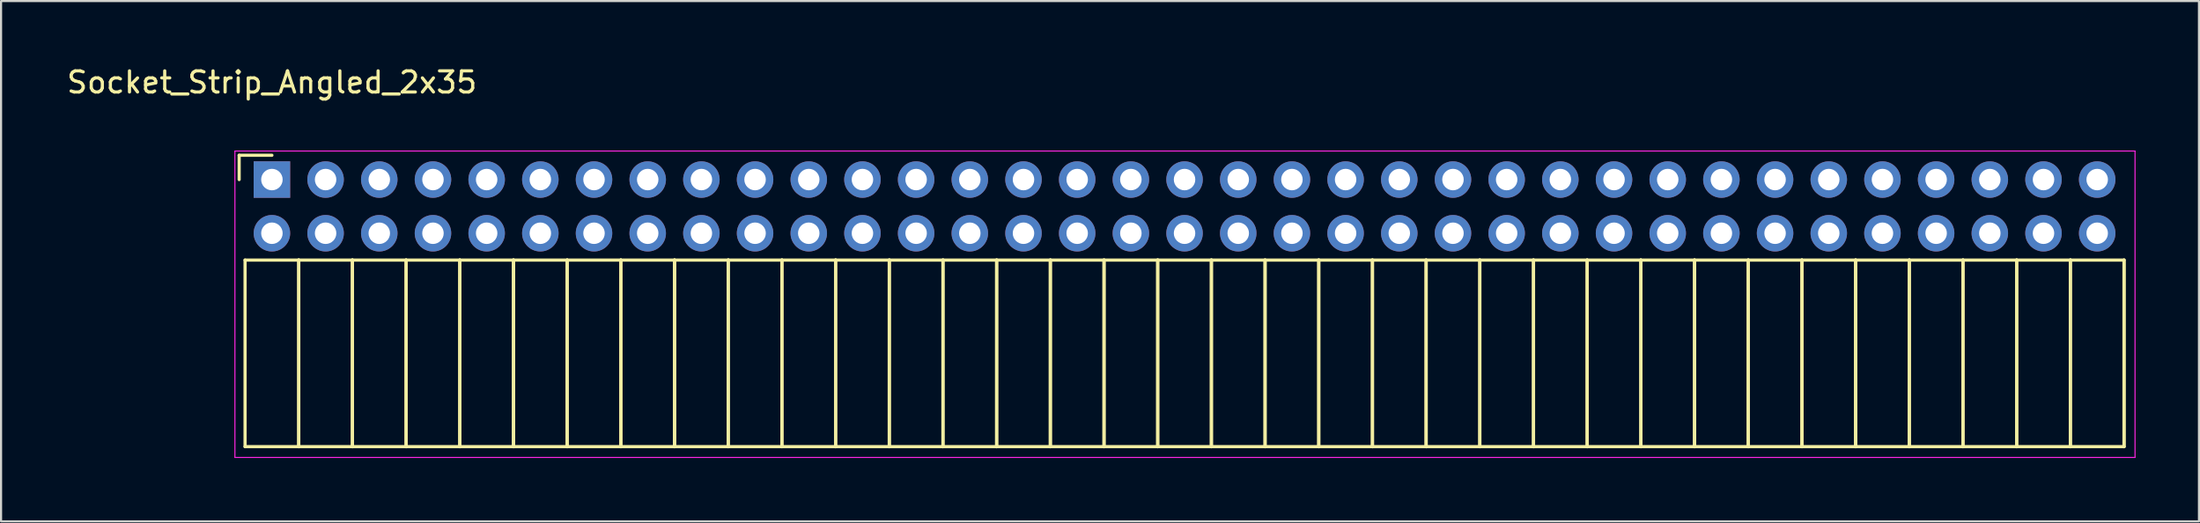
<source format=kicad_pcb>
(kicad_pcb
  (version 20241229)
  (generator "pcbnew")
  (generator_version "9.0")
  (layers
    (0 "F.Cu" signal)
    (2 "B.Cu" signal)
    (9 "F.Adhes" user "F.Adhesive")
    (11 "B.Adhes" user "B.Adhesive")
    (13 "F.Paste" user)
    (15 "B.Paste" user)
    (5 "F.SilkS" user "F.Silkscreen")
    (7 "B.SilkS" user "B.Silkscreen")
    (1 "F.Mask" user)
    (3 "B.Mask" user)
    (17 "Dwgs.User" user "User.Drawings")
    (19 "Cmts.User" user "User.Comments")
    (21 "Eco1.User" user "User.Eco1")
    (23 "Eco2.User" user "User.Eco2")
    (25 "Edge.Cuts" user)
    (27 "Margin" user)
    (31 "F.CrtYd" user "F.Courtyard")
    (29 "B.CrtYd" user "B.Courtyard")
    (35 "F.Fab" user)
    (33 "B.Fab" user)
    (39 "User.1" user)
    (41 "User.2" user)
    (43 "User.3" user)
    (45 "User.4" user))
  (footprint "Socket_Strip_Angled_2x35"
    (layer "F.Cu")
    (at 9.815 5.448)
    (property "Reference" "Socket_Strip_Angled_2x35" (at 0 -4.6 0) (layer "F.SilkS") (effects (font (size 1 1) (thickness 0.15))))
    (attr through_hole)
    (fp_line (start -1.55 -1.15) (end -1.55 0) (stroke (width 0.15) (type solid)) (layer "F.SilkS"))
    (fp_line (start -1.27 3.81) (end -1.27 12.64) (stroke (width 0.15) (type solid)) (layer "F.SilkS"))
    (fp_line (start -1.27 3.81) (end 1.27 3.81) (stroke (width 0.15) (type solid)) (layer "F.SilkS"))
    (fp_line (start -1.27 12.64) (end 1.27 12.64) (stroke (width 0.15) (type solid)) (layer "F.SilkS"))
    (fp_line (start 0 -1.15) (end -1.55 -1.15) (stroke (width 0.15) (type solid)) (layer "F.SilkS"))
    (fp_line (start 1.27 3.81) (end 1.27 12.64) (stroke (width 0.15) (type solid)) (layer "F.SilkS"))
    (fp_line (start 1.27 3.81) (end 3.81 3.81) (stroke (width 0.15) (type solid)) (layer "F.SilkS"))
    (fp_line (start 1.27 12.64) (end 1.27 3.81) (stroke (width 0.15) (type solid)) (layer "F.SilkS"))
    (fp_line (start 1.27 12.64) (end 3.81 12.64) (stroke (width 0.15) (type solid)) (layer "F.SilkS"))
    (fp_line (start 3.81 3.81) (end 3.81 12.64) (stroke (width 0.15) (type solid)) (layer "F.SilkS"))
    (fp_line (start 3.81 3.81) (end 6.35 3.81) (stroke (width 0.15) (type solid)) (layer "F.SilkS"))
    (fp_line (start 3.81 12.64) (end 3.81 3.81) (stroke (width 0.15) (type solid)) (layer "F.SilkS"))
    (fp_line (start 3.81 12.64) (end 6.35 12.64) (stroke (width 0.15) (type solid)) (layer "F.SilkS"))
    (fp_line (start 6.35 3.81) (end 6.35 12.64) (stroke (width 0.15) (type solid)) (layer "F.SilkS"))
    (fp_line (start 6.35 3.81) (end 8.89 3.81) (stroke (width 0.15) (type solid)) (layer "F.SilkS"))
    (fp_line (start 6.35 12.64) (end 6.35 3.81) (stroke (width 0.15) (type solid)) (layer "F.SilkS"))
    (fp_line (start 6.35 12.64) (end 8.89 12.64) (stroke (width 0.15) (type solid)) (layer "F.SilkS"))
    (fp_line (start 8.89 3.81) (end 8.89 12.64) (stroke (width 0.15) (type solid)) (layer "F.SilkS"))
    (fp_line (start 8.89 3.81) (end 11.43 3.81) (stroke (width 0.15) (type solid)) (layer "F.SilkS"))
    (fp_line (start 8.89 12.64) (end 8.89 3.81) (stroke (width 0.15) (type solid)) (layer "F.SilkS"))
    (fp_line (start 8.89 12.64) (end 11.43 12.64) (stroke (width 0.15) (type solid)) (layer "F.SilkS"))
    (fp_line (start 11.43 3.81) (end 11.43 12.64) (stroke (width 0.15) (type solid)) (layer "F.SilkS"))
    (fp_line (start 11.43 3.81) (end 13.97 3.81) (stroke (width 0.15) (type solid)) (layer "F.SilkS"))
    (fp_line (start 11.43 12.64) (end 11.43 3.81) (stroke (width 0.15) (type solid)) (layer "F.SilkS"))
    (fp_line (start 11.43 12.64) (end 13.97 12.64) (stroke (width 0.15) (type solid)) (layer "F.SilkS"))
    (fp_line (start 13.97 3.81) (end 13.97 12.64) (stroke (width 0.15) (type solid)) (layer "F.SilkS"))
    (fp_line (start 13.97 3.81) (end 16.51 3.81) (stroke (width 0.15) (type solid)) (layer "F.SilkS"))
    (fp_line (start 13.97 12.64) (end 13.97 3.81) (stroke (width 0.15) (type solid)) (layer "F.SilkS"))
    (fp_line (start 13.97 12.64) (end 16.51 12.64) (stroke (width 0.15) (type solid)) (layer "F.SilkS"))
    (fp_line (start 16.51 3.81) (end 16.51 12.64) (stroke (width 0.15) (type solid)) (layer "F.SilkS"))
    (fp_line (start 16.51 3.81) (end 19.05 3.81) (stroke (width 0.15) (type solid)) (layer "F.SilkS"))
    (fp_line (start 16.51 12.64) (end 16.51 3.81) (stroke (width 0.15) (type solid)) (layer "F.SilkS"))
    (fp_line (start 16.51 12.64) (end 19.05 12.64) (stroke (width 0.15) (type solid)) (layer "F.SilkS"))
    (fp_line (start 19.05 3.81) (end 19.05 12.64) (stroke (width 0.15) (type solid)) (layer "F.SilkS"))
    (fp_line (start 19.05 3.81) (end 21.59 3.81) (stroke (width 0.15) (type solid)) (layer "F.SilkS"))
    (fp_line (start 19.05 12.64) (end 19.05 3.81) (stroke (width 0.15) (type solid)) (layer "F.SilkS"))
    (fp_line (start 19.05 12.64) (end 21.59 12.64) (stroke (width 0.15) (type solid)) (layer "F.SilkS"))
    (fp_line (start 21.59 3.81) (end 21.59 12.64) (stroke (width 0.15) (type solid)) (layer "F.SilkS"))
    (fp_line (start 21.59 3.81) (end 24.13 3.81) (stroke (width 0.15) (type solid)) (layer "F.SilkS"))
    (fp_line (start 21.59 12.64) (end 21.59 3.81) (stroke (width 0.15) (type solid)) (layer "F.SilkS"))
    (fp_line (start 21.59 12.64) (end 24.13 12.64) (stroke (width 0.15) (type solid)) (layer "F.SilkS"))
    (fp_line (start 24.13 3.81) (end 24.13 12.64) (stroke (width 0.15) (type solid)) (layer "F.SilkS"))
    (fp_line (start 24.13 3.81) (end 26.67 3.81) (stroke (width 0.15) (type solid)) (layer "F.SilkS"))
    (fp_line (start 24.13 12.64) (end 24.13 3.81) (stroke (width 0.15) (type solid)) (layer "F.SilkS"))
    (fp_line (start 24.13 12.64) (end 26.67 12.64) (stroke (width 0.15) (type solid)) (layer "F.SilkS"))
    (fp_line (start 26.67 3.81) (end 26.67 12.64) (stroke (width 0.15) (type solid)) (layer "F.SilkS"))
    (fp_line (start 26.67 3.81) (end 29.21 3.81) (stroke (width 0.15) (type solid)) (layer "F.SilkS"))
    (fp_line (start 26.67 12.64) (end 26.67 3.81) (stroke (width 0.15) (type solid)) (layer "F.SilkS"))
    (fp_line (start 26.67 12.64) (end 29.21 12.64) (stroke (width 0.15) (type solid)) (layer "F.SilkS"))
    (fp_line (start 29.21 3.81) (end 29.21 12.64) (stroke (width 0.15) (type solid)) (layer "F.SilkS"))
    (fp_line (start 29.21 3.81) (end 31.75 3.81) (stroke (width 0.15) (type solid)) (layer "F.SilkS"))
    (fp_line (start 29.21 12.64) (end 29.21 3.81) (stroke (width 0.15) (type solid)) (layer "F.SilkS"))
    (fp_line (start 29.21 12.64) (end 31.75 12.64) (stroke (width 0.15) (type solid)) (layer "F.SilkS"))
    (fp_line (start 31.75 3.81) (end 31.75 12.64) (stroke (width 0.15) (type solid)) (layer "F.SilkS"))
    (fp_line (start 31.75 3.81) (end 34.29 3.81) (stroke (width 0.15) (type solid)) (layer "F.SilkS"))
    (fp_line (start 31.75 12.64) (end 31.75 3.81) (stroke (width 0.15) (type solid)) (layer "F.SilkS"))
    (fp_line (start 31.75 12.64) (end 34.29 12.64) (stroke (width 0.15) (type solid)) (layer "F.SilkS"))
    (fp_line (start 34.29 3.81) (end 34.29 12.64) (stroke (width 0.15) (type solid)) (layer "F.SilkS"))
    (fp_line (start 34.29 3.81) (end 36.83 3.81) (stroke (width 0.15) (type solid)) (layer "F.SilkS"))
    (fp_line (start 34.29 12.64) (end 34.29 3.81) (stroke (width 0.15) (type solid)) (layer "F.SilkS"))
    (fp_line (start 34.29 12.64) (end 36.83 12.64) (stroke (width 0.15) (type solid)) (layer "F.SilkS"))
    (fp_line (start 36.83 3.81) (end 36.83 12.64) (stroke (width 0.15) (type solid)) (layer "F.SilkS"))
    (fp_line (start 36.83 3.81) (end 39.37 3.81) (stroke (width 0.15) (type solid)) (layer "F.SilkS"))
    (fp_line (start 36.83 12.64) (end 36.83 3.81) (stroke (width 0.15) (type solid)) (layer "F.SilkS"))
    (fp_line (start 36.83 12.64) (end 39.37 12.64) (stroke (width 0.15) (type solid)) (layer "F.SilkS"))
    (fp_line (start 39.37 3.81) (end 39.37 12.64) (stroke (width 0.15) (type solid)) (layer "F.SilkS"))
    (fp_line (start 39.37 3.81) (end 41.91 3.81) (stroke (width 0.15) (type solid)) (layer "F.SilkS"))
    (fp_line (start 39.37 12.64) (end 39.37 3.81) (stroke (width 0.15) (type solid)) (layer "F.SilkS"))
    (fp_line (start 39.37 12.64) (end 41.91 12.64) (stroke (width 0.15) (type solid)) (layer "F.SilkS"))
    (fp_line (start 41.91 3.81) (end 41.91 12.64) (stroke (width 0.15) (type solid)) (layer "F.SilkS"))
    (fp_line (start 41.91 3.81) (end 44.45 3.81) (stroke (width 0.15) (type solid)) (layer "F.SilkS"))
    (fp_line (start 41.91 12.64) (end 41.91 3.81) (stroke (width 0.15) (type solid)) (layer "F.SilkS"))
    (fp_line (start 41.91 12.64) (end 44.45 12.64) (stroke (width 0.15) (type solid)) (layer "F.SilkS"))
    (fp_line (start 44.45 3.81) (end 44.45 12.64) (stroke (width 0.15) (type solid)) (layer "F.SilkS"))
    (fp_line (start 44.45 3.81) (end 46.99 3.81) (stroke (width 0.15) (type solid)) (layer "F.SilkS"))
    (fp_line (start 44.45 12.64) (end 44.45 3.81) (stroke (width 0.15) (type solid)) (layer "F.SilkS"))
    (fp_line (start 44.45 12.64) (end 46.99 12.64) (stroke (width 0.15) (type solid)) (layer "F.SilkS"))
    (fp_line (start 46.99 3.81) (end 46.99 12.64) (stroke (width 0.15) (type solid)) (layer "F.SilkS"))
    (fp_line (start 46.99 3.81) (end 49.53 3.81) (stroke (width 0.15) (type solid)) (layer "F.SilkS"))
    (fp_line (start 46.99 12.64) (end 46.99 3.81) (stroke (width 0.15) (type solid)) (layer "F.SilkS"))
    (fp_line (start 46.99 12.64) (end 49.53 12.64) (stroke (width 0.15) (type solid)) (layer "F.SilkS"))
    (fp_line (start 49.53 3.81) (end 49.53 12.64) (stroke (width 0.15) (type solid)) (layer "F.SilkS"))
    (fp_line (start 49.53 3.81) (end 52.07 3.81) (stroke (width 0.15) (type solid)) (layer "F.SilkS"))
    (fp_line (start 49.53 12.64) (end 49.53 3.81) (stroke (width 0.15) (type solid)) (layer "F.SilkS"))
    (fp_line (start 49.53 12.64) (end 52.07 12.64) (stroke (width 0.15) (type solid)) (layer "F.SilkS"))
    (fp_line (start 52.07 3.81) (end 52.07 12.64) (stroke (width 0.15) (type solid)) (layer "F.SilkS"))
    (fp_line (start 52.07 3.81) (end 54.61 3.81) (stroke (width 0.15) (type solid)) (layer "F.SilkS"))
    (fp_line (start 52.07 12.64) (end 52.07 3.81) (stroke (width 0.15) (type solid)) (layer "F.SilkS"))
    (fp_line (start 52.07 12.64) (end 54.61 12.64) (stroke (width 0.15) (type solid)) (layer "F.SilkS"))
    (fp_line (start 54.61 3.81) (end 54.61 12.64) (stroke (width 0.15) (type solid)) (layer "F.SilkS"))
    (fp_line (start 54.61 3.81) (end 57.15 3.81) (stroke (width 0.15) (type solid)) (layer "F.SilkS"))
    (fp_line (start 54.61 12.64) (end 54.61 3.81) (stroke (width 0.15) (type solid)) (layer "F.SilkS"))
    (fp_line (start 54.61 12.64) (end 57.15 12.64) (stroke (width 0.15) (type solid)) (layer "F.SilkS"))
    (fp_line (start 57.15 3.81) (end 57.15 12.64) (stroke (width 0.15) (type solid)) (layer "F.SilkS"))
    (fp_line (start 57.15 3.81) (end 59.69 3.81) (stroke (width 0.15) (type solid)) (layer "F.SilkS"))
    (fp_line (start 57.15 12.64) (end 57.15 3.81) (stroke (width 0.15) (type solid)) (layer "F.SilkS"))
    (fp_line (start 57.15 12.64) (end 59.69 12.64) (stroke (width 0.15) (type solid)) (layer "F.SilkS"))
    (fp_line (start 59.69 3.81) (end 59.69 12.64) (stroke (width 0.15) (type solid)) (layer "F.SilkS"))
    (fp_line (start 59.69 3.81) (end 62.23 3.81) (stroke (width 0.15) (type solid)) (layer "F.SilkS"))
    (fp_line (start 59.69 12.64) (end 59.69 3.81) (stroke (width 0.15) (type solid)) (layer "F.SilkS"))
    (fp_line (start 59.69 12.64) (end 62.23 12.64) (stroke (width 0.15) (type solid)) (layer "F.SilkS"))
    (fp_line (start 62.23 3.81) (end 62.23 12.64) (stroke (width 0.15) (type solid)) (layer "F.SilkS"))
    (fp_line (start 62.23 3.81) (end 64.77 3.81) (stroke (width 0.15) (type solid)) (layer "F.SilkS"))
    (fp_line (start 62.23 12.64) (end 62.23 3.81) (stroke (width 0.15) (type solid)) (layer "F.SilkS"))
    (fp_line (start 62.23 12.64) (end 64.77 12.64) (stroke (width 0.15) (type solid)) (layer "F.SilkS"))
    (fp_line (start 64.77 3.81) (end 64.77 12.64) (stroke (width 0.15) (type solid)) (layer "F.SilkS"))
    (fp_line (start 64.77 3.81) (end 67.31 3.81) (stroke (width 0.15) (type solid)) (layer "F.SilkS"))
    (fp_line (start 64.77 12.64) (end 64.77 3.81) (stroke (width 0.15) (type solid)) (layer "F.SilkS"))
    (fp_line (start 64.77 12.64) (end 67.31 12.64) (stroke (width 0.15) (type solid)) (layer "F.SilkS"))
    (fp_line (start 67.31 3.81) (end 67.31 12.64) (stroke (width 0.15) (type solid)) (layer "F.SilkS"))
    (fp_line (start 67.31 3.81) (end 69.85 3.81) (stroke (width 0.15) (type solid)) (layer "F.SilkS"))
    (fp_line (start 67.31 12.64) (end 67.31 3.81) (stroke (width 0.15) (type solid)) (layer "F.SilkS"))
    (fp_line (start 67.31 12.64) (end 69.85 12.64) (stroke (width 0.15) (type solid)) (layer "F.SilkS"))
    (fp_line (start 69.85 3.81) (end 69.85 12.64) (stroke (width 0.15) (type solid)) (layer "F.SilkS"))
    (fp_line (start 69.85 3.81) (end 72.39 3.81) (stroke (width 0.15) (type solid)) (layer "F.SilkS"))
    (fp_line (start 69.85 12.64) (end 69.85 3.81) (stroke (width 0.15) (type solid)) (layer "F.SilkS"))
    (fp_line (start 69.85 12.64) (end 72.39 12.64) (stroke (width 0.15) (type solid)) (layer "F.SilkS"))
    (fp_line (start 72.39 3.81) (end 72.39 12.64) (stroke (width 0.15) (type solid)) (layer "F.SilkS"))
    (fp_line (start 72.39 3.81) (end 74.93 3.81) (stroke (width 0.15) (type solid)) (layer "F.SilkS"))
    (fp_line (start 72.39 12.64) (end 72.39 3.81) (stroke (width 0.15) (type solid)) (layer "F.SilkS"))
    (fp_line (start 72.39 12.64) (end 74.93 12.64) (stroke (width 0.15) (type solid)) (layer "F.SilkS"))
    (fp_line (start 74.93 3.81) (end 74.93 12.64) (stroke (width 0.15) (type solid)) (layer "F.SilkS"))
    (fp_line (start 74.93 3.81) (end 77.47 3.81) (stroke (width 0.15) (type solid)) (layer "F.SilkS"))
    (fp_line (start 74.93 12.64) (end 74.93 3.81) (stroke (width 0.15) (type solid)) (layer "F.SilkS"))
    (fp_line (start 74.93 12.64) (end 77.47 12.64) (stroke (width 0.15) (type solid)) (layer "F.SilkS"))
    (fp_line (start 77.47 3.81) (end 77.47 12.64) (stroke (width 0.15) (type solid)) (layer "F.SilkS"))
    (fp_line (start 77.47 3.81) (end 80.01 3.81) (stroke (width 0.15) (type solid)) (layer "F.SilkS"))
    (fp_line (start 77.47 12.64) (end 77.47 3.81) (stroke (width 0.15) (type solid)) (layer "F.SilkS"))
    (fp_line (start 77.47 12.64) (end 80.01 12.64) (stroke (width 0.15) (type solid)) (layer "F.SilkS"))
    (fp_line (start 80.01 3.81) (end 80.01 12.64) (stroke (width 0.15) (type solid)) (layer "F.SilkS"))
    (fp_line (start 80.01 3.81) (end 82.55 3.81) (stroke (width 0.15) (type solid)) (layer "F.SilkS"))
    (fp_line (start 80.01 12.64) (end 80.01 3.81) (stroke (width 0.15) (type solid)) (layer "F.SilkS"))
    (fp_line (start 80.01 12.64) (end 82.55 12.64) (stroke (width 0.15) (type solid)) (layer "F.SilkS"))
    (fp_line (start 82.55 3.81) (end 82.55 12.64) (stroke (width 0.15) (type solid)) (layer "F.SilkS"))
    (fp_line (start 82.55 3.81) (end 85.09 3.81) (stroke (width 0.15) (type solid)) (layer "F.SilkS"))
    (fp_line (start 82.55 12.64) (end 82.55 3.81) (stroke (width 0.15) (type solid)) (layer "F.SilkS"))
    (fp_line (start 82.55 12.64) (end 85.09 12.64) (stroke (width 0.15) (type solid)) (layer "F.SilkS"))
    (fp_line (start 85.09 3.81) (end 85.09 12.64) (stroke (width 0.15) (type solid)) (layer "F.SilkS"))
    (fp_line (start 85.09 3.81) (end 87.63 3.81) (stroke (width 0.15) (type solid)) (layer "F.SilkS"))
    (fp_line (start 85.09 12.64) (end 85.09 3.81) (stroke (width 0.15) (type solid)) (layer "F.SilkS"))
    (fp_line (start 85.09 12.64) (end 87.63 12.64) (stroke (width 0.15) (type solid)) (layer "F.SilkS"))
    (fp_line (start 87.63 3.81) (end 87.63 12.64) (stroke (width 0.15) (type solid)) (layer "F.SilkS"))
    (fp_line (start 87.63 12.64) (end 87.63 3.81) (stroke (width 0.15) (type solid)) (layer "F.SilkS"))
    (fp_line (start -1.75 -1.35) (end -1.75 13.15) (stroke (width 0.05) (type solid)) (layer "F.CrtYd"))
    (fp_line (start -1.75 -1.35) (end 88.15 -1.35) (stroke (width 0.05) (type solid)) (layer "F.CrtYd"))
    (fp_line (start -1.75 13.15) (end 88.15 13.15) (stroke (width 0.05) (type solid)) (layer "F.CrtYd"))
    (fp_line (start 88.15 -1.35) (end 88.15 13.15) (stroke (width 0.05) (type solid)) (layer "F.CrtYd"))
    (pad "1" thru_hole rect (at 0 0) (size 1.727 1.727) (drill 1.016) (layers "*.Cu" "*.Mask"))
    (pad "2" thru_hole oval (at 0 2.54) (size 1.727 1.727) (drill 1.016) (layers "*.Cu" "*.Mask"))
    (pad "3" thru_hole oval (at 2.54 0) (size 1.727 1.727) (drill 1.016) (layers "*.Cu" "*.Mask"))
    (pad "4" thru_hole oval (at 2.54 2.54) (size 1.727 1.727) (drill 1.016) (layers "*.Cu" "*.Mask"))
    (pad "5" thru_hole oval (at 5.08 0) (size 1.727 1.727) (drill 1.016) (layers "*.Cu" "*.Mask"))
    (pad "6" thru_hole oval (at 5.08 2.54) (size 1.727 1.727) (drill 1.016) (layers "*.Cu" "*.Mask"))
    (pad "7" thru_hole oval (at 7.62 0) (size 1.727 1.727) (drill 1.016) (layers "*.Cu" "*.Mask"))
    (pad "8" thru_hole oval (at 7.62 2.54) (size 1.727 1.727) (drill 1.016) (layers "*.Cu" "*.Mask"))
    (pad "9" thru_hole oval (at 10.16 0) (size 1.727 1.727) (drill 1.016) (layers "*.Cu" "*.Mask"))
    (pad "10" thru_hole oval (at 10.16 2.54) (size 1.727 1.727) (drill 1.016) (layers "*.Cu" "*.Mask"))
    (pad "11" thru_hole oval (at 12.7 0) (size 1.727 1.727) (drill 1.016) (layers "*.Cu" "*.Mask"))
    (pad "12" thru_hole oval (at 12.7 2.54) (size 1.727 1.727) (drill 1.016) (layers "*.Cu" "*.Mask"))
    (pad "13" thru_hole oval (at 15.24 0) (size 1.727 1.727) (drill 1.016) (layers "*.Cu" "*.Mask"))
    (pad "14" thru_hole oval (at 15.24 2.54) (size 1.727 1.727) (drill 1.016) (layers "*.Cu" "*.Mask"))
    (pad "15" thru_hole oval (at 17.78 0) (size 1.727 1.727) (drill 1.016) (layers "*.Cu" "*.Mask"))
    (pad "16" thru_hole oval (at 17.78 2.54) (size 1.727 1.727) (drill 1.016) (layers "*.Cu" "*.Mask"))
    (pad "17" thru_hole oval (at 20.32 0) (size 1.727 1.727) (drill 1.016) (layers "*.Cu" "*.Mask"))
    (pad "18" thru_hole oval (at 20.32 2.54) (size 1.727 1.727) (drill 1.016) (layers "*.Cu" "*.Mask"))
    (pad "19" thru_hole oval (at 22.86 0) (size 1.727 1.727) (drill 1.016) (layers "*.Cu" "*.Mask"))
    (pad "20" thru_hole oval (at 22.86 2.54) (size 1.727 1.727) (drill 1.016) (layers "*.Cu" "*.Mask"))
    (pad "21" thru_hole oval (at 25.4 0) (size 1.727 1.727) (drill 1.016) (layers "*.Cu" "*.Mask"))
    (pad "22" thru_hole oval (at 25.4 2.54) (size 1.727 1.727) (drill 1.016) (layers "*.Cu" "*.Mask"))
    (pad "23" thru_hole oval (at 27.94 0) (size 1.727 1.727) (drill 1.016) (layers "*.Cu" "*.Mask"))
    (pad "24" thru_hole oval (at 27.94 2.54) (size 1.727 1.727) (drill 1.016) (layers "*.Cu" "*.Mask"))
    (pad "25" thru_hole oval (at 30.48 0) (size 1.727 1.727) (drill 1.016) (layers "*.Cu" "*.Mask"))
    (pad "26" thru_hole oval (at 30.48 2.54) (size 1.727 1.727) (drill 1.016) (layers "*.Cu" "*.Mask"))
    (pad "27" thru_hole oval (at 33.02 0) (size 1.727 1.727) (drill 1.016) (layers "*.Cu" "*.Mask"))
    (pad "28" thru_hole oval (at 33.02 2.54) (size 1.727 1.727) (drill 1.016) (layers "*.Cu" "*.Mask"))
    (pad "29" thru_hole oval (at 35.56 0) (size 1.727 1.727) (drill 1.016) (layers "*.Cu" "*.Mask"))
    (pad "30" thru_hole oval (at 35.56 2.54) (size 1.727 1.727) (drill 1.016) (layers "*.Cu" "*.Mask"))
    (pad "31" thru_hole oval (at 38.1 0) (size 1.727 1.727) (drill 1.016) (layers "*.Cu" "*.Mask"))
    (pad "32" thru_hole oval (at 38.1 2.54) (size 1.727 1.727) (drill 1.016) (layers "*.Cu" "*.Mask"))
    (pad "33" thru_hole oval (at 40.64 0) (size 1.727 1.727) (drill 1.016) (layers "*.Cu" "*.Mask"))
    (pad "34" thru_hole oval (at 40.64 2.54) (size 1.727 1.727) (drill 1.016) (layers "*.Cu" "*.Mask"))
    (pad "35" thru_hole oval (at 43.18 0) (size 1.727 1.727) (drill 1.016) (layers "*.Cu" "*.Mask"))
    (pad "36" thru_hole oval (at 43.18 2.54) (size 1.727 1.727) (drill 1.016) (layers "*.Cu" "*.Mask"))
    (pad "37" thru_hole oval (at 45.72 0) (size 1.727 1.727) (drill 1.016) (layers "*.Cu" "*.Mask"))
    (pad "38" thru_hole oval (at 45.72 2.54) (size 1.727 1.727) (drill 1.016) (layers "*.Cu" "*.Mask"))
    (pad "39" thru_hole oval (at 48.26 0) (size 1.727 1.727) (drill 1.016) (layers "*.Cu" "*.Mask"))
    (pad "40" thru_hole oval (at 48.26 2.54) (size 1.727 1.727) (drill 1.016) (layers "*.Cu" "*.Mask"))
    (pad "41" thru_hole oval (at 50.8 0) (size 1.727 1.727) (drill 1.016) (layers "*.Cu" "*.Mask"))
    (pad "42" thru_hole oval (at 50.8 2.54) (size 1.727 1.727) (drill 1.016) (layers "*.Cu" "*.Mask"))
    (pad "43" thru_hole oval (at 53.34 0) (size 1.727 1.727) (drill 1.016) (layers "*.Cu" "*.Mask"))
    (pad "44" thru_hole oval (at 53.34 2.54) (size 1.727 1.727) (drill 1.016) (layers "*.Cu" "*.Mask"))
    (pad "45" thru_hole oval (at 55.88 0) (size 1.727 1.727) (drill 1.016) (layers "*.Cu" "*.Mask"))
    (pad "46" thru_hole oval (at 55.88 2.54) (size 1.727 1.727) (drill 1.016) (layers "*.Cu" "*.Mask"))
    (pad "47" thru_hole oval (at 58.42 0) (size 1.727 1.727) (drill 1.016) (layers "*.Cu" "*.Mask"))
    (pad "48" thru_hole oval (at 58.42 2.54) (size 1.727 1.727) (drill 1.016) (layers "*.Cu" "*.Mask"))
    (pad "49" thru_hole oval (at 60.96 0) (size 1.727 1.727) (drill 1.016) (layers "*.Cu" "*.Mask"))
    (pad "50" thru_hole oval (at 60.96 2.54) (size 1.727 1.727) (drill 1.016) (layers "*.Cu" "*.Mask"))
    (pad "51" thru_hole oval (at 63.5 0) (size 1.727 1.727) (drill 1.016) (layers "*.Cu" "*.Mask"))
    (pad "52" thru_hole oval (at 63.5 2.54) (size 1.727 1.727) (drill 1.016) (layers "*.Cu" "*.Mask"))
    (pad "53" thru_hole oval (at 66.04 0) (size 1.727 1.727) (drill 1.016) (layers "*.Cu" "*.Mask"))
    (pad "54" thru_hole oval (at 66.04 2.54) (size 1.727 1.727) (drill 1.016) (layers "*.Cu" "*.Mask"))
    (pad "55" thru_hole oval (at 68.58 0) (size 1.727 1.727) (drill 1.016) (layers "*.Cu" "*.Mask"))
    (pad "56" thru_hole oval (at 68.58 2.54) (size 1.727 1.727) (drill 1.016) (layers "*.Cu" "*.Mask"))
    (pad "57" thru_hole oval (at 71.12 0) (size 1.727 1.727) (drill 1.016) (layers "*.Cu" "*.Mask"))
    (pad "58" thru_hole oval (at 71.12 2.54) (size 1.727 1.727) (drill 1.016) (layers "*.Cu" "*.Mask"))
    (pad "59" thru_hole oval (at 73.66 0) (size 1.727 1.727) (drill 1.016) (layers "*.Cu" "*.Mask"))
    (pad "60" thru_hole oval (at 73.66 2.54) (size 1.727 1.727) (drill 1.016) (layers "*.Cu" "*.Mask"))
    (pad "61" thru_hole oval (at 76.2 0) (size 1.727 1.727) (drill 1.016) (layers "*.Cu" "*.Mask"))
    (pad "62" thru_hole oval (at 76.2 2.54) (size 1.727 1.727) (drill 1.016) (layers "*.Cu" "*.Mask"))
    (pad "63" thru_hole oval (at 78.74 0) (size 1.727 1.727) (drill 1.016) (layers "*.Cu" "*.Mask"))
    (pad "64" thru_hole oval (at 78.74 2.54) (size 1.727 1.727) (drill 1.016) (layers "*.Cu" "*.Mask"))
    (pad "65" thru_hole oval (at 81.28 0) (size 1.727 1.727) (drill 1.016) (layers "*.Cu" "*.Mask"))
    (pad "66" thru_hole oval (at 81.28 2.54) (size 1.727 1.727) (drill 1.016) (layers "*.Cu" "*.Mask"))
    (pad "67" thru_hole oval (at 83.82 0) (size 1.727 1.727) (drill 1.016) (layers "*.Cu" "*.Mask"))
    (pad "68" thru_hole oval (at 83.82 2.54) (size 1.727 1.727) (drill 1.016) (layers "*.Cu" "*.Mask"))
    (pad "69" thru_hole oval (at 86.36 0) (size 1.727 1.727) (drill 1.016) (layers "*.Cu" "*.Mask"))
    (pad "70" thru_hole oval (at 86.36 2.54) (size 1.727 1.727) (drill 1.016) (layers "*.Cu" "*.Mask")))
  (gr_rect
    (start -3 -3)
    (end 100.99 21.623)
    (stroke (width 0.1) (type default))
    (fill no)
    (layer "Edge.Cuts")))
</source>
